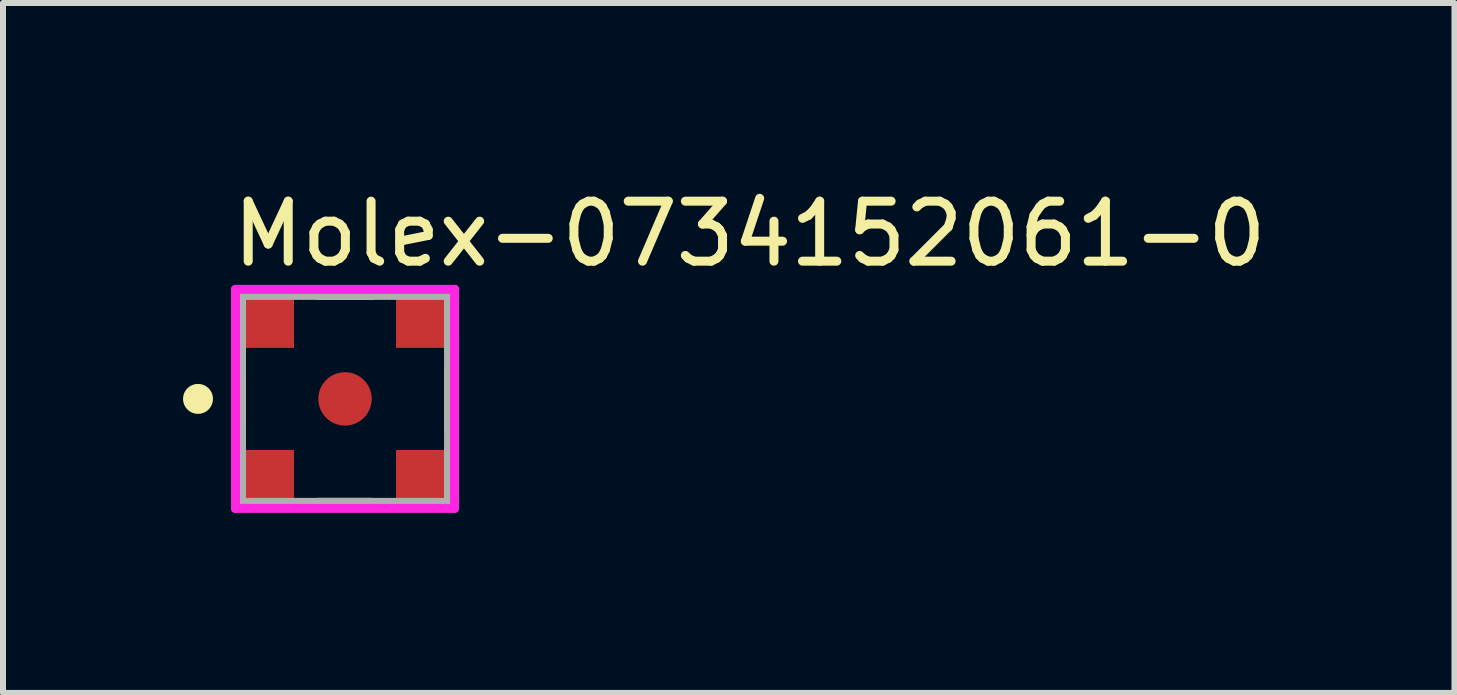
<source format=kicad_pcb>
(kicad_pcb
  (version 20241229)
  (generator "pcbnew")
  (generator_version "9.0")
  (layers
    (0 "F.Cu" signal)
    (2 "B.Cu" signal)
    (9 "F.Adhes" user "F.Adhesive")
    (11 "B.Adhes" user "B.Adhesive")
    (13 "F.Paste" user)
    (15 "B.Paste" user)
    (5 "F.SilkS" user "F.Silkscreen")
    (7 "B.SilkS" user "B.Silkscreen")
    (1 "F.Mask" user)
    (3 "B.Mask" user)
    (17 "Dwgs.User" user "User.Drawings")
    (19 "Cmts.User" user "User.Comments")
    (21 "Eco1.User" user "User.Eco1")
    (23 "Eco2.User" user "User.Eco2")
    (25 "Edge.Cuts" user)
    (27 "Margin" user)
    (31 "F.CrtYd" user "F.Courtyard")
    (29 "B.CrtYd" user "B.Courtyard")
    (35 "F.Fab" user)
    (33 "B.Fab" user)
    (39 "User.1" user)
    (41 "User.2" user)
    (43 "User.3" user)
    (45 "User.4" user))
  (footprint "Molex-0734152061-0"
    (layer "F.Cu")
    (at 2.7 3.598)
    (property "Reference" "Molex-0734152061-0" (at -1.95 -2.75 0) (layer "F.SilkS") (effects (font (size 1 1) (thickness 0.15)) (justify left)))
    (attr through_hole)
    (fp_line (start -1.725 -0.45) (end -1.725 0.45) (stroke (width 0.15) (type solid)) (layer "F.SilkS"))
    (fp_line (start 0.45 -1.725) (end -0.45 -1.725) (stroke (width 0.15) (type solid)) (layer "F.SilkS"))
    (fp_line (start 0.45 1.725) (end -0.45 1.725) (stroke (width 0.15) (type solid)) (layer "F.SilkS"))
    (fp_line (start 1.725 -0.45) (end 1.725 0.45) (stroke (width 0.15) (type solid)) (layer "F.SilkS"))
    (fp_circle (center -2.45 0) (end -2.325 0) (stroke (width 0.25) (type solid)) (fill no) (layer "F.SilkS"))
    (fp_line (start -1.825 -1.825) (end -1.825 1.825) (stroke (width 0.15) (type solid)) (layer "F.CrtYd"))
    (fp_line (start -1.825 1.825) (end 1.825 1.825) (stroke (width 0.15) (type solid)) (layer "F.CrtYd"))
    (fp_line (start 1.825 -1.825) (end -1.825 -1.825) (stroke (width 0.15) (type solid)) (layer "F.CrtYd"))
    (fp_line (start 1.825 -1.825) (end 1.825 -1.825) (stroke (width 0.15) (type solid)) (layer "F.CrtYd"))
    (fp_line (start 1.825 1.825) (end 1.825 -1.825) (stroke (width 0.15) (type solid)) (layer "F.CrtYd"))
    (fp_line (start -1.725 -1.725) (end 1.725 -1.725) (stroke (width 0.15) (type solid)) (layer "F.Fab"))
    (fp_line (start -1.725 1.725) (end -1.725 -1.725) (stroke (width 0.15) (type solid)) (layer "F.Fab"))
    (fp_line (start 1.725 -1.725) (end 1.725 1.725) (stroke (width 0.15) (type solid)) (layer "F.Fab"))
    (fp_line (start 1.725 1.725) (end -1.725 1.725) (stroke (width 0.15) (type solid)) (layer "F.Fab"))
    (pad "1" smd circle (at 0 0) (size 0.89 0.89) (layers "F.Cu" "F.Mask" "F.Paste"))
    (pad "2" smd rect (at -1.32 -1.32) (size 0.94 0.94) (layers "F.Cu" "F.Mask" "F.Paste"))
    (pad "3" smd rect (at 1.32 -1.32) (size 0.94 0.94) (layers "F.Cu" "F.Mask" "F.Paste"))
    (pad "4" smd rect (at -1.32 1.32) (size 0.94 0.94) (layers "F.Cu" "F.Mask" "F.Paste"))
    (pad "5" smd rect (at 1.32 1.32) (size 0.94 0.94) (layers "F.Cu" "F.Mask" "F.Paste")))
  (gr_rect
    (start -3 -3)
    (end 21.19 8.498)
    (stroke (width 0.1) (type default))
    (fill no)
    (layer "Edge.Cuts")))
</source>
